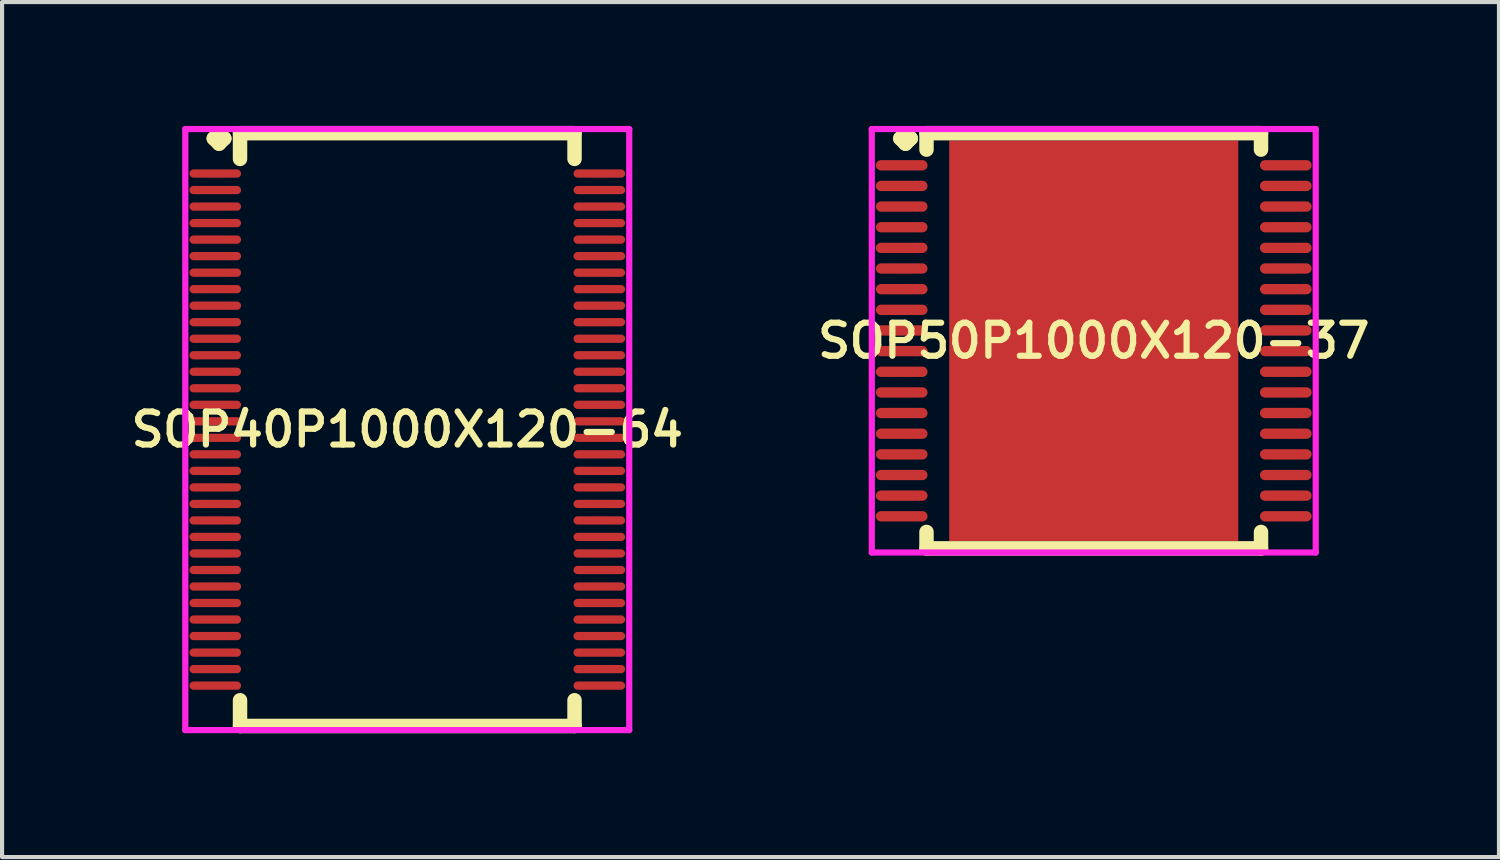
<source format=kicad_pcb>
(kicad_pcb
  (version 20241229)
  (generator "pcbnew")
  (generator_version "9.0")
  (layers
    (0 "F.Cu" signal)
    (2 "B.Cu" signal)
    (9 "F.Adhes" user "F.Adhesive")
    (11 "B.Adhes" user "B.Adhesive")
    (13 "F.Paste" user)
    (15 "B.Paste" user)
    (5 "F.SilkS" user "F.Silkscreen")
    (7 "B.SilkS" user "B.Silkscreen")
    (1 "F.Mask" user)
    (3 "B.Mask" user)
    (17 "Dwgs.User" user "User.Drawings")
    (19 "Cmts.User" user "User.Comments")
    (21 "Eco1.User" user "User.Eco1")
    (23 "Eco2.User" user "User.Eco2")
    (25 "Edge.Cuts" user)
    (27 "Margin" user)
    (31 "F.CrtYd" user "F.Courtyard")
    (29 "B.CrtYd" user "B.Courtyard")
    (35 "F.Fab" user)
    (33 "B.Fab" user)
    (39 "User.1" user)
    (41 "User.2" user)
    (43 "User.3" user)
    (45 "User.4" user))
  (footprint "SOP50P1000X120-37"
    (layer "F.Cu")
    (at 23.435 5.202)
    (property "Reference" "SOP50P1000X120-37" (at 0 0 0) (layer "F.SilkS") (effects (font (size 0.8 0.8) (thickness 0.15))))
    (attr smd)
    (fp_line (start -4.685 -4.9) (end -4.558 -5.027) (stroke (width 0.35) (type solid)) (layer "F.SilkS"))
    (fp_line (start -4.558 -5.027) (end -4.431 -4.9) (stroke (width 0.35) (type solid)) (layer "F.SilkS"))
    (fp_line (start -4.558 -4.773) (end -4.685 -4.9) (stroke (width 0.35) (type solid)) (layer "F.SilkS"))
    (fp_line (start -4.431 -4.9) (end -4.558 -4.773) (stroke (width 0.35) (type solid)) (layer "F.SilkS"))
    (fp_line (start -4.05 -5.027) (end 4.05 -5.027) (stroke (width 0.35) (type solid)) (layer "F.SilkS"))
    (fp_line (start -4.05 -4.629) (end -4.05 -5.027) (stroke (width 0.35) (type solid)) (layer "F.SilkS"))
    (fp_line (start -4.05 4.629) (end -4.05 5.027) (stroke (width 0.35) (type solid)) (layer "F.SilkS"))
    (fp_line (start -4.05 5.027) (end 4.05 5.027) (stroke (width 0.35) (type solid)) (layer "F.SilkS"))
    (fp_line (start 4.05 -5.027) (end 4.05 -4.629) (stroke (width 0.35) (type solid)) (layer "F.SilkS"))
    (fp_line (start 4.05 5.027) (end 4.05 4.629) (stroke (width 0.35) (type solid)) (layer "F.SilkS"))
    (fp_line (start -5.375 -5.127) (end 5.375 -5.127) (stroke (width 0.15) (type solid)) (layer "F.CrtYd"))
    (fp_line (start -5.375 5.127) (end -5.375 -5.127) (stroke (width 0.15) (type solid)) (layer "F.CrtYd"))
    (fp_line (start 5.375 -5.127) (end 5.375 5.127) (stroke (width 0.15) (type solid)) (layer "F.CrtYd"))
    (fp_line (start 5.375 5.127) (end -5.375 5.127) (stroke (width 0.15) (type solid)) (layer "F.CrtYd"))
    (pad "1" smd oval (at -4.65 -4.25) (size 1.25 0.25) (layers "F.Cu" "F.Mask" "F.Paste"))
    (pad "2" smd oval (at -4.65 -3.75) (size 1.25 0.25) (layers "F.Cu" "F.Mask" "F.Paste"))
    (pad "3" smd oval (at -4.65 -3.25) (size 1.25 0.25) (layers "F.Cu" "F.Mask" "F.Paste"))
    (pad "4" smd oval (at -4.65 -2.75) (size 1.25 0.25) (layers "F.Cu" "F.Mask" "F.Paste"))
    (pad "5" smd oval (at -4.65 -2.25) (size 1.25 0.25) (layers "F.Cu" "F.Mask" "F.Paste"))
    (pad "6" smd oval (at -4.65 -1.75) (size 1.25 0.25) (layers "F.Cu" "F.Mask" "F.Paste"))
    (pad "7" smd oval (at -4.65 -1.25) (size 1.25 0.25) (layers "F.Cu" "F.Mask" "F.Paste"))
    (pad "8" smd oval (at -4.65 -0.75) (size 1.25 0.25) (layers "F.Cu" "F.Mask" "F.Paste"))
    (pad "9" smd oval (at -4.65 -0.25) (size 1.25 0.25) (layers "F.Cu" "F.Mask" "F.Paste"))
    (pad "10" smd oval (at -4.65 0.25) (size 1.25 0.25) (layers "F.Cu" "F.Mask" "F.Paste"))
    (pad "11" smd oval (at -4.65 0.75) (size 1.25 0.25) (layers "F.Cu" "F.Mask" "F.Paste"))
    (pad "12" smd oval (at -4.65 1.25) (size 1.25 0.25) (layers "F.Cu" "F.Mask" "F.Paste"))
    (pad "13" smd oval (at -4.65 1.75) (size 1.25 0.25) (layers "F.Cu" "F.Mask" "F.Paste"))
    (pad "14" smd oval (at -4.65 2.25) (size 1.25 0.25) (layers "F.Cu" "F.Mask" "F.Paste"))
    (pad "15" smd oval (at -4.65 2.75) (size 1.25 0.25) (layers "F.Cu" "F.Mask" "F.Paste"))
    (pad "16" smd oval (at -4.65 3.25) (size 1.25 0.25) (layers "F.Cu" "F.Mask" "F.Paste"))
    (pad "17" smd oval (at -4.65 3.75) (size 1.25 0.25) (layers "F.Cu" "F.Mask" "F.Paste"))
    (pad "18" smd oval (at -4.65 4.25) (size 1.25 0.25) (layers "F.Cu" "F.Mask" "F.Paste"))
    (pad "19" smd oval (at 4.65 4.25) (size 1.25 0.25) (layers "F.Cu" "F.Mask" "F.Paste"))
    (pad "20" smd oval (at 4.65 3.75) (size 1.25 0.25) (layers "F.Cu" "F.Mask" "F.Paste"))
    (pad "21" smd oval (at 4.65 3.25) (size 1.25 0.25) (layers "F.Cu" "F.Mask" "F.Paste"))
    (pad "22" smd oval (at 4.65 2.75) (size 1.25 0.25) (layers "F.Cu" "F.Mask" "F.Paste"))
    (pad "23" smd oval (at 4.65 2.25) (size 1.25 0.25) (layers "F.Cu" "F.Mask" "F.Paste"))
    (pad "24" smd oval (at 4.65 1.75) (size 1.25 0.25) (layers "F.Cu" "F.Mask" "F.Paste"))
    (pad "25" smd oval (at 4.65 1.25) (size 1.25 0.25) (layers "F.Cu" "F.Mask" "F.Paste"))
    (pad "26" smd oval (at 4.65 0.75) (size 1.25 0.25) (layers "F.Cu" "F.Mask" "F.Paste"))
    (pad "27" smd oval (at 4.65 0.25) (size 1.25 0.25) (layers "F.Cu" "F.Mask" "F.Paste"))
    (pad "28" smd oval (at 4.65 -0.25) (size 1.25 0.25) (layers "F.Cu" "F.Mask" "F.Paste"))
    (pad "29" smd oval (at 4.65 -0.75) (size 1.25 0.25) (layers "F.Cu" "F.Mask" "F.Paste"))
    (pad "30" smd oval (at 4.65 -1.25) (size 1.25 0.25) (layers "F.Cu" "F.Mask" "F.Paste"))
    (pad "31" smd oval (at 4.65 -1.75) (size 1.25 0.25) (layers "F.Cu" "F.Mask" "F.Paste"))
    (pad "32" smd oval (at 4.65 -2.25) (size 1.25 0.25) (layers "F.Cu" "F.Mask" "F.Paste"))
    (pad "33" smd oval (at 4.65 -2.75) (size 1.25 0.25) (layers "F.Cu" "F.Mask" "F.Paste"))
    (pad "34" smd oval (at 4.65 -3.25) (size 1.25 0.25) (layers "F.Cu" "F.Mask" "F.Paste"))
    (pad "35" smd oval (at 4.65 -3.75) (size 1.25 0.25) (layers "F.Cu" "F.Mask" "F.Paste"))
    (pad "36" smd oval (at 4.65 -4.25) (size 1.25 0.25) (layers "F.Cu" "F.Mask" "F.Paste"))
    (pad "37" smd rect (at 0 0) (size 7 9.7) (layers "F.Cu" "F.Mask" "F.Paste")))
  (footprint "SOP40P1000X120-64"
    (layer "F.Cu")
    (at 6.812 7.352)
    (property "Reference" "SOP40P1000X120-64" (at 0 0 0) (layer "F.SilkS") (effects (font (size 0.8 0.8) (thickness 0.15))))
    (attr smd)
    (fp_line (start -4.685 -7.05) (end -4.558 -7.177) (stroke (width 0.35) (type solid)) (layer "F.SilkS"))
    (fp_line (start -4.558 -7.177) (end -4.431 -7.05) (stroke (width 0.35) (type solid)) (layer "F.SilkS"))
    (fp_line (start -4.558 -6.923) (end -4.685 -7.05) (stroke (width 0.35) (type solid)) (layer "F.SilkS"))
    (fp_line (start -4.431 -7.05) (end -4.558 -6.923) (stroke (width 0.35) (type solid)) (layer "F.SilkS"))
    (fp_line (start -4.05 -7.177) (end 4.05 -7.177) (stroke (width 0.35) (type solid)) (layer "F.SilkS"))
    (fp_line (start -4.05 -6.554) (end -4.05 -7.177) (stroke (width 0.35) (type solid)) (layer "F.SilkS"))
    (fp_line (start -4.05 6.554) (end -4.05 7.177) (stroke (width 0.35) (type solid)) (layer "F.SilkS"))
    (fp_line (start -4.05 7.177) (end 4.05 7.177) (stroke (width 0.35) (type solid)) (layer "F.SilkS"))
    (fp_line (start 4.05 -7.177) (end 4.05 -6.554) (stroke (width 0.35) (type solid)) (layer "F.SilkS"))
    (fp_line (start 4.05 7.177) (end 4.05 6.554) (stroke (width 0.35) (type solid)) (layer "F.SilkS"))
    (fp_line (start -5.375 -7.277) (end 5.375 -7.277) (stroke (width 0.15) (type solid)) (layer "F.CrtYd"))
    (fp_line (start -5.375 7.277) (end -5.375 -7.277) (stroke (width 0.15) (type solid)) (layer "F.CrtYd"))
    (fp_line (start 5.375 -7.277) (end 5.375 7.277) (stroke (width 0.15) (type solid)) (layer "F.CrtYd"))
    (fp_line (start 5.375 7.277) (end -5.375 7.277) (stroke (width 0.15) (type solid)) (layer "F.CrtYd"))
    (pad "1" smd oval (at -4.65 -6.2) (size 1.25 0.2) (layers "F.Cu" "F.Mask" "F.Paste"))
    (pad "2" smd oval (at -4.65 -5.8) (size 1.25 0.2) (layers "F.Cu" "F.Mask" "F.Paste"))
    (pad "3" smd oval (at -4.65 -5.4) (size 1.25 0.2) (layers "F.Cu" "F.Mask" "F.Paste"))
    (pad "4" smd oval (at -4.65 -5) (size 1.25 0.2) (layers "F.Cu" "F.Mask" "F.Paste"))
    (pad "5" smd oval (at -4.65 -4.6) (size 1.25 0.2) (layers "F.Cu" "F.Mask" "F.Paste"))
    (pad "6" smd oval (at -4.65 -4.2) (size 1.25 0.2) (layers "F.Cu" "F.Mask" "F.Paste"))
    (pad "7" smd oval (at -4.65 -3.8) (size 1.25 0.2) (layers "F.Cu" "F.Mask" "F.Paste"))
    (pad "8" smd oval (at -4.65 -3.4) (size 1.25 0.2) (layers "F.Cu" "F.Mask" "F.Paste"))
    (pad "9" smd oval (at -4.65 -3) (size 1.25 0.2) (layers "F.Cu" "F.Mask" "F.Paste"))
    (pad "10" smd oval (at -4.65 -2.6) (size 1.25 0.2) (layers "F.Cu" "F.Mask" "F.Paste"))
    (pad "11" smd oval (at -4.65 -2.2) (size 1.25 0.2) (layers "F.Cu" "F.Mask" "F.Paste"))
    (pad "12" smd oval (at -4.65 -1.8) (size 1.25 0.2) (layers "F.Cu" "F.Mask" "F.Paste"))
    (pad "13" smd oval (at -4.65 -1.4) (size 1.25 0.2) (layers "F.Cu" "F.Mask" "F.Paste"))
    (pad "14" smd oval (at -4.65 -1) (size 1.25 0.2) (layers "F.Cu" "F.Mask" "F.Paste"))
    (pad "15" smd oval (at -4.65 -0.6) (size 1.25 0.2) (layers "F.Cu" "F.Mask" "F.Paste"))
    (pad "16" smd oval (at -4.65 -0.2) (size 1.25 0.2) (layers "F.Cu" "F.Mask" "F.Paste"))
    (pad "17" smd oval (at -4.65 0.2) (size 1.25 0.2) (layers "F.Cu" "F.Mask" "F.Paste"))
    (pad "18" smd oval (at -4.65 0.6) (size 1.25 0.2) (layers "F.Cu" "F.Mask" "F.Paste"))
    (pad "19" smd oval (at -4.65 1) (size 1.25 0.2) (layers "F.Cu" "F.Mask" "F.Paste"))
    (pad "20" smd oval (at -4.65 1.4) (size 1.25 0.2) (layers "F.Cu" "F.Mask" "F.Paste"))
    (pad "21" smd oval (at -4.65 1.8) (size 1.25 0.2) (layers "F.Cu" "F.Mask" "F.Paste"))
    (pad "22" smd oval (at -4.65 2.2) (size 1.25 0.2) (layers "F.Cu" "F.Mask" "F.Paste"))
    (pad "23" smd oval (at -4.65 2.6) (size 1.25 0.2) (layers "F.Cu" "F.Mask" "F.Paste"))
    (pad "24" smd oval (at -4.65 3) (size 1.25 0.2) (layers "F.Cu" "F.Mask" "F.Paste"))
    (pad "25" smd oval (at -4.65 3.4) (size 1.25 0.2) (layers "F.Cu" "F.Mask" "F.Paste"))
    (pad "26" smd oval (at -4.65 3.8) (size 1.25 0.2) (layers "F.Cu" "F.Mask" "F.Paste"))
    (pad "27" smd oval (at -4.65 4.2) (size 1.25 0.2) (layers "F.Cu" "F.Mask" "F.Paste"))
    (pad "28" smd oval (at -4.65 4.6) (size 1.25 0.2) (layers "F.Cu" "F.Mask" "F.Paste"))
    (pad "29" smd oval (at -4.65 5) (size 1.25 0.2) (layers "F.Cu" "F.Mask" "F.Paste"))
    (pad "30" smd oval (at -4.65 5.4) (size 1.25 0.2) (layers "F.Cu" "F.Mask" "F.Paste"))
    (pad "31" smd oval (at -4.65 5.8) (size 1.25 0.2) (layers "F.Cu" "F.Mask" "F.Paste"))
    (pad "32" smd oval (at -4.65 6.2) (size 1.25 0.2) (layers "F.Cu" "F.Mask" "F.Paste"))
    (pad "33" smd oval (at 4.65 6.2) (size 1.25 0.2) (layers "F.Cu" "F.Mask" "F.Paste"))
    (pad "34" smd oval (at 4.65 5.8) (size 1.25 0.2) (layers "F.Cu" "F.Mask" "F.Paste"))
    (pad "35" smd oval (at 4.65 5.4) (size 1.25 0.2) (layers "F.Cu" "F.Mask" "F.Paste"))
    (pad "36" smd oval (at 4.65 5) (size 1.25 0.2) (layers "F.Cu" "F.Mask" "F.Paste"))
    (pad "37" smd oval (at 4.65 4.6) (size 1.25 0.2) (layers "F.Cu" "F.Mask" "F.Paste"))
    (pad "38" smd oval (at 4.65 4.2) (size 1.25 0.2) (layers "F.Cu" "F.Mask" "F.Paste"))
    (pad "39" smd oval (at 4.65 3.8) (size 1.25 0.2) (layers "F.Cu" "F.Mask" "F.Paste"))
    (pad "40" smd oval (at 4.65 3.4) (size 1.25 0.2) (layers "F.Cu" "F.Mask" "F.Paste"))
    (pad "41" smd oval (at 4.65 3) (size 1.25 0.2) (layers "F.Cu" "F.Mask" "F.Paste"))
    (pad "42" smd oval (at 4.65 2.6) (size 1.25 0.2) (layers "F.Cu" "F.Mask" "F.Paste"))
    (pad "43" smd oval (at 4.65 2.2) (size 1.25 0.2) (layers "F.Cu" "F.Mask" "F.Paste"))
    (pad "44" smd oval (at 4.65 1.8) (size 1.25 0.2) (layers "F.Cu" "F.Mask" "F.Paste"))
    (pad "45" smd oval (at 4.65 1.4) (size 1.25 0.2) (layers "F.Cu" "F.Mask" "F.Paste"))
    (pad "46" smd oval (at 4.65 1) (size 1.25 0.2) (layers "F.Cu" "F.Mask" "F.Paste"))
    (pad "47" smd oval (at 4.65 0.6) (size 1.25 0.2) (layers "F.Cu" "F.Mask" "F.Paste"))
    (pad "48" smd oval (at 4.65 0.2) (size 1.25 0.2) (layers "F.Cu" "F.Mask" "F.Paste"))
    (pad "49" smd oval (at 4.65 -0.2) (size 1.25 0.2) (layers "F.Cu" "F.Mask" "F.Paste"))
    (pad "50" smd oval (at 4.65 -0.6) (size 1.25 0.2) (layers "F.Cu" "F.Mask" "F.Paste"))
    (pad "51" smd oval (at 4.65 -1) (size 1.25 0.2) (layers "F.Cu" "F.Mask" "F.Paste"))
    (pad "52" smd oval (at 4.65 -1.4) (size 1.25 0.2) (layers "F.Cu" "F.Mask" "F.Paste"))
    (pad "53" smd oval (at 4.65 -1.8) (size 1.25 0.2) (layers "F.Cu" "F.Mask" "F.Paste"))
    (pad "54" smd oval (at 4.65 -2.2) (size 1.25 0.2) (layers "F.Cu" "F.Mask" "F.Paste"))
    (pad "55" smd oval (at 4.65 -2.6) (size 1.25 0.2) (layers "F.Cu" "F.Mask" "F.Paste"))
    (pad "56" smd oval (at 4.65 -3) (size 1.25 0.2) (layers "F.Cu" "F.Mask" "F.Paste"))
    (pad "57" smd oval (at 4.65 -3.4) (size 1.25 0.2) (layers "F.Cu" "F.Mask" "F.Paste"))
    (pad "58" smd oval (at 4.65 -3.8) (size 1.25 0.2) (layers "F.Cu" "F.Mask" "F.Paste"))
    (pad "59" smd oval (at 4.65 -4.2) (size 1.25 0.2) (layers "F.Cu" "F.Mask" "F.Paste"))
    (pad "60" smd oval (at 4.65 -4.6) (size 1.25 0.2) (layers "F.Cu" "F.Mask" "F.Paste"))
    (pad "61" smd oval (at 4.65 -5) (size 1.25 0.2) (layers "F.Cu" "F.Mask" "F.Paste"))
    (pad "62" smd oval (at 4.65 -5.4) (size 1.25 0.2) (layers "F.Cu" "F.Mask" "F.Paste"))
    (pad "63" smd oval (at 4.65 -5.8) (size 1.25 0.2) (layers "F.Cu" "F.Mask" "F.Paste"))
    (pad "64" smd oval (at 4.65 -6.2) (size 1.25 0.2) (layers "F.Cu" "F.Mask" "F.Paste")))
  (gr_rect
    (start -3 -3)
    (end 33.247 17.704)
    (stroke (width 0.1) (type default))
    (fill no)
    (layer "Edge.Cuts")))
</source>
